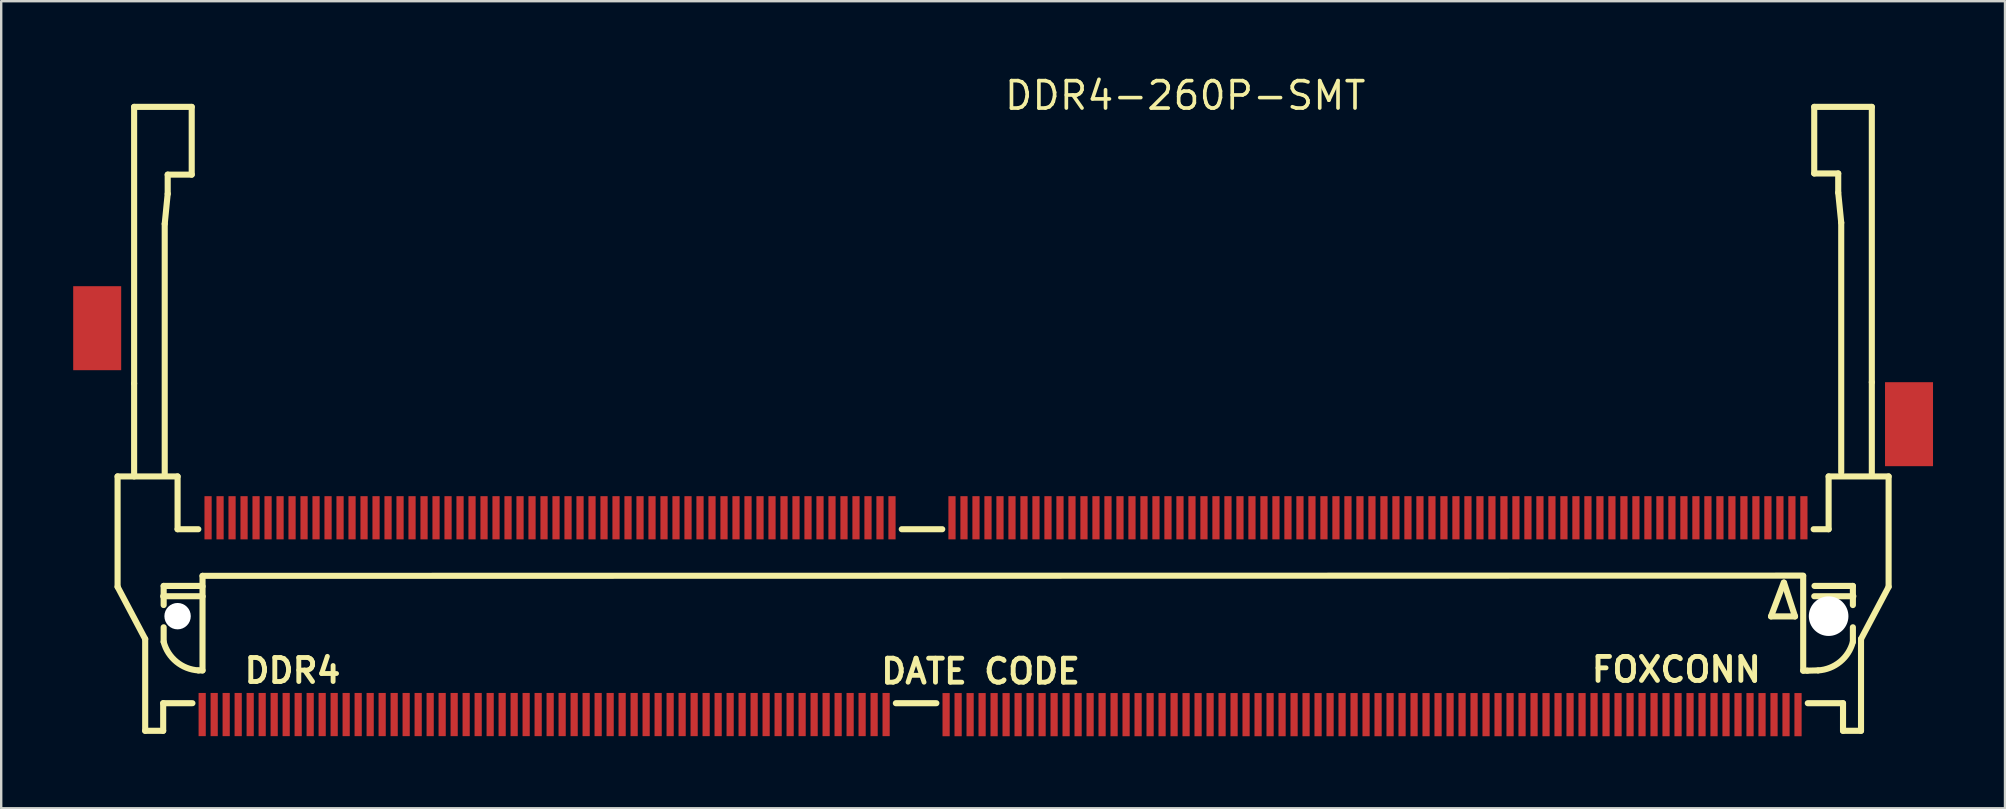
<source format=kicad_pcb>
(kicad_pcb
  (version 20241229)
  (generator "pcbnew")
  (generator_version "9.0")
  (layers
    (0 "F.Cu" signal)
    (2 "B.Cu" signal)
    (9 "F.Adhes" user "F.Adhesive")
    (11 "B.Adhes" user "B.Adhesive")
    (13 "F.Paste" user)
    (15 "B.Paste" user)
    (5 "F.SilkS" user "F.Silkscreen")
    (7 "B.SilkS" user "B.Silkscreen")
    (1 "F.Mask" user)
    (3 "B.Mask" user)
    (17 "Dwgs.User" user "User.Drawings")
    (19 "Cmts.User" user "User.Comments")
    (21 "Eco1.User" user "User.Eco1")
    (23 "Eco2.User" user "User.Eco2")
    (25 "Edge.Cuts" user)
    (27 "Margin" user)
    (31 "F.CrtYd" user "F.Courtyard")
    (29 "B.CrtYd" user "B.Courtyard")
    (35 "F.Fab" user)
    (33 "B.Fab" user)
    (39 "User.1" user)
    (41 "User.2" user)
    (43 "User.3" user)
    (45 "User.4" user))
  (footprint "DDR4-260P-SMT"
    (layer "F.Cu")
    (at 38.75 18.678)
    (property "Reference" "DDR4-260P-SMT" (at -0.023 -17.078 0) (unlocked yes) (layer "F.SilkS") (effects (font (size 1.143 1.143) (thickness 0.152)) (justify left bottom)))
    (fp_line (start -36.9 -1.875) (end -34.4 -1.875) (stroke (width 0.254) (type solid)) (layer "F.SilkS"))
    (fp_line (start -36.9 2.725) (end -36.9 -1.875) (stroke (width 0.254) (type solid)) (layer "F.SilkS"))
    (fp_line (start -36.9 2.725) (end -35.75 4.9) (stroke (width 0.254) (type solid)) (layer "F.SilkS"))
    (fp_line (start -36.211 -17.275) (end -33.811 -17.275) (stroke (width 0.254) (type solid)) (layer "F.SilkS"))
    (fp_line (start -36.211 -5.749) (end -36.211 -17.275) (stroke (width 0.254) (type solid)) (layer "F.SilkS"))
    (fp_line (start -36.211 -1.876) (end -36.211 -5.749) (stroke (width 0.254) (type solid)) (layer "F.SilkS"))
    (fp_line (start -35.75 8.725) (end -35.75 4.9) (stroke (width 0.254) (type solid)) (layer "F.SilkS"))
    (fp_line (start -35.75 8.725) (end -35 8.725) (stroke (width 0.254) (type solid)) (layer "F.SilkS"))
    (fp_line (start -35 3.118) (end -33.37 3.118) (stroke (width 0.254) (type solid)) (layer "F.SilkS"))
    (fp_line (start -35 7.575) (end -33.781 7.575) (stroke (width 0.254) (type solid)) (layer "F.SilkS"))
    (fp_line (start -35 8.725) (end -35 7.575) (stroke (width 0.254) (type solid)) (layer "F.SilkS"))
    (fp_line (start -34.98 2.688) (end -33.38 2.688) (stroke (width 0.254) (type solid)) (layer "F.SilkS"))
    (fp_line (start -34.98 3.485) (end -34.98 2.688) (stroke (width 0.254) (type solid)) (layer "F.SilkS"))
    (fp_line (start -34.98 5.018) (end -34.98 4.411) (stroke (width 0.254) (type solid)) (layer "F.SilkS"))
    (fp_line (start -34.936 -12.401) (end -34.812 -13.651) (stroke (width 0.254) (type solid)) (layer "F.SilkS"))
    (fp_line (start -34.936 -2) (end -34.936 -12.401) (stroke (width 0.254) (type solid)) (layer "F.SilkS"))
    (fp_line (start -34.812 -14.451) (end -33.811 -14.451) (stroke (width 0.254) (type solid)) (layer "F.SilkS"))
    (fp_line (start -34.812 -13.651) (end -34.812 -14.451) (stroke (width 0.254) (type solid)) (layer "F.SilkS"))
    (fp_line (start -34.4 0.325) (end -34.4 -1.875) (stroke (width 0.254) (type solid)) (layer "F.SilkS"))
    (fp_line (start -34.4 0.325) (end -33.536 0.325) (stroke (width 0.254) (type solid)) (layer "F.SilkS"))
    (fp_line (start -33.811 -14.451) (end -33.811 -17.275) (stroke (width 0.254) (type solid)) (layer "F.SilkS"))
    (fp_line (start -33.531 6.209) (end -33.361 6.209) (stroke (width 0.254) (type solid)) (layer "F.SilkS"))
    (fp_line (start -33.361 6.209) (end -33.36 2.268) (stroke (width 0.254) (type solid)) (layer "F.SilkS"))
    (fp_line (start -33.36 2.268) (end 33.34 2.258) (stroke (width 0.254) (type solid)) (layer "F.SilkS"))
    (fp_line (start -4.469 7.575) (end -2.781 7.575) (stroke (width 0.254) (type solid)) (layer "F.SilkS"))
    (fp_line (start -4.224 0.325) (end -2.536 0.325) (stroke (width 0.254) (type solid)) (layer "F.SilkS"))
    (fp_line (start 32 3.958) (end 32.53 2.548) (stroke (width 0.254) (type solid)) (layer "F.SilkS"))
    (fp_line (start 32 3.958) (end 33 3.958) (stroke (width 0.254) (type solid)) (layer "F.SilkS"))
    (fp_line (start 32.54 2.548) (end 33 3.958) (stroke (width 0.254) (type solid)) (layer "F.SilkS"))
    (fp_line (start 33.34 2.278) (end 33.341 6.219) (stroke (width 0.254) (type solid)) (layer "F.SilkS"))
    (fp_line (start 33.341 6.219) (end 33.511 6.219) (stroke (width 0.254) (type solid)) (layer "F.SilkS"))
    (fp_line (start 33.511 6.219) (end 33.961 6.208) (stroke (width 0.254) (type solid)) (layer "F.SilkS"))
    (fp_line (start 33.531 7.575) (end 35 7.575) (stroke (width 0.254) (type solid)) (layer "F.SilkS"))
    (fp_line (start 33.776 0.325) (end 34.4 0.325) (stroke (width 0.254) (type solid)) (layer "F.SilkS"))
    (fp_line (start 33.8 -17.275) (end 36.2 -17.275) (stroke (width 0.254) (type solid)) (layer "F.SilkS"))
    (fp_line (start 33.8 -14.5) (end 33.8 -17.275) (stroke (width 0.254) (type solid)) (layer "F.SilkS"))
    (fp_line (start 33.8 -14.5) (end 34.8 -14.5) (stroke (width 0.254) (type solid)) (layer "F.SilkS"))
    (fp_line (start 33.801 3.118) (end 35.431 3.118) (stroke (width 0.254) (type solid)) (layer "F.SilkS"))
    (fp_line (start 33.811 2.688) (end 35.411 2.688) (stroke (width 0.254) (type solid)) (layer "F.SilkS"))
    (fp_line (start 34.4 -1.875) (end 36.9 -1.875) (stroke (width 0.254) (type solid)) (layer "F.SilkS"))
    (fp_line (start 34.4 0.325) (end 34.4 -1.875) (stroke (width 0.254) (type solid)) (layer "F.SilkS"))
    (fp_line (start 34.8 -13.7) (end 34.8 -14.5) (stroke (width 0.254) (type solid)) (layer "F.SilkS"))
    (fp_line (start 34.8 -13.7) (end 34.925 -12.45) (stroke (width 0.254) (type solid)) (layer "F.SilkS"))
    (fp_line (start 34.925 -2.05) (end 34.925 -12.45) (stroke (width 0.254) (type solid)) (layer "F.SilkS"))
    (fp_line (start 35 8.725) (end 35 7.575) (stroke (width 0.254) (type solid)) (layer "F.SilkS"))
    (fp_line (start 35 8.725) (end 35.75 8.725) (stroke (width 0.254) (type solid)) (layer "F.SilkS"))
    (fp_line (start 35.411 3.486) (end 35.411 2.688) (stroke (width 0.254) (type solid)) (layer "F.SilkS"))
    (fp_line (start 35.411 5.019) (end 35.411 4.411) (stroke (width 0.254) (type solid)) (layer "F.SilkS"))
    (fp_line (start 35.75 4.9) (end 36.9 2.725) (stroke (width 0.254) (type solid)) (layer "F.SilkS"))
    (fp_line (start 35.75 8.725) (end 35.75 4.9) (stroke (width 0.254) (type solid)) (layer "F.SilkS"))
    (fp_line (start 36.2 -5.8) (end 36.2 -17.275) (stroke (width 0.254) (type solid)) (layer "F.SilkS"))
    (fp_line (start 36.2 -1.925) (end 36.2 -5.8) (stroke (width 0.254) (type solid)) (layer "F.SilkS"))
    (fp_line (start 36.9 2.725) (end 36.9 -1.875) (stroke (width 0.254) (type solid)) (layer "F.SilkS"))
    (fp_arc (start -33.529956 6.208037) (mid -34.448202 5.848507) (end -34.979966 5.018047) (stroke (width 0.254) (type solid)) (layer "F.SilkS"))
    (fp_arc (start -33.379943 2.688056) (mid -33.365808 2.693911) (end -33.359953 2.708046) (stroke (width 0.254) (type solid)) (layer "F.SilkS"))
    (fp_arc (start -33.369961 3.118053) (mid -33.362884 3.120984) (end -33.359953 3.128061) (stroke (width 0.254) (type solid)) (layer "F.SilkS"))
    (fp_arc (start 35.410724 5.018534) (mid 34.878906 5.848991) (end 33.960613 6.208471) (stroke (width 0.254) (type solid)) (layer "F.SilkS"))
    (fp_circle (center -34.4 3.948) (end -34.4 3.723) (stroke (width 0.45) (type solid)) (fill no) (layer "Eco1.User"))
    (fp_circle (center 34.4 3.948) (end 34.4 3.573) (stroke (width 0.75) (type solid)) (fill no) (layer "Eco1.User"))
    (fp_text user "DDR4" (at -31.72 6.804 0) (unlocked yes) (layer "F.SilkS") (effects (font (size 1 1) (thickness 0.203)) (justify left bottom)))
    (fp_text user "FOXCONN" (at 24.42 6.758 0) (unlocked yes) (layer "F.SilkS") (effects (font (size 1 1) (thickness 0.203)) (justify left bottom)))
    (fp_text user "DATE CODE" (at -5.19 6.832 0) (unlocked yes) (layer "F.SilkS") (effects (font (size 1 1) (thickness 0.203)) (justify left bottom)))
    (pad "" np_thru_hole circle (at -34.4 3.948) (size 1.1 1.1) (drill 1.1) (layers "*.Cu" "*.Mask"))
    (pad "" np_thru_hole circle (at 34.4 3.948) (size 1.65 1.65) (drill 1.65) (layers "*.Cu" "*.Mask"))
    (pad "1" smd rect (at 33.37 -0.152) (size 0.3 1.8) (layers "F.Cu" "F.Mask" "F.Paste"))
    (pad "2" smd rect (at 33.125 8.052) (size 0.3 1.8) (layers "F.Cu" "F.Mask" "F.Paste"))
    (pad "3" smd rect (at 32.87 -0.152) (size 0.3 1.8) (layers "F.Cu" "F.Mask" "F.Paste"))
    (pad "4" smd rect (at 32.625 8.052) (size 0.3 1.8) (layers "F.Cu" "F.Mask" "F.Paste"))
    (pad "5" smd rect (at 32.37 -0.152) (size 0.3 1.8) (layers "F.Cu" "F.Mask" "F.Paste"))
    (pad "6" smd rect (at 32.125 8.052) (size 0.3 1.8) (layers "F.Cu" "F.Mask" "F.Paste"))
    (pad "7" smd rect (at 31.87 -0.152) (size 0.3 1.8) (layers "F.Cu" "F.Mask" "F.Paste"))
    (pad "8" smd rect (at 31.625 8.052) (size 0.3 1.8) (layers "F.Cu" "F.Mask" "F.Paste"))
    (pad "9" smd rect (at 31.37 -0.152) (size 0.3 1.8) (layers "F.Cu" "F.Mask" "F.Paste"))
    (pad "10" smd rect (at 31.125 8.052) (size 0.3 1.8) (layers "F.Cu" "F.Mask" "F.Paste"))
    (pad "11" smd rect (at 30.87 -0.152) (size 0.3 1.8) (layers "F.Cu" "F.Mask" "F.Paste"))
    (pad "12" smd rect (at 30.625 8.052) (size 0.3 1.8) (layers "F.Cu" "F.Mask" "F.Paste"))
    (pad "13" smd rect (at 30.37 -0.152) (size 0.3 1.8) (layers "F.Cu" "F.Mask" "F.Paste"))
    (pad "14" smd rect (at 30.125 8.052) (size 0.3 1.8) (layers "F.Cu" "F.Mask" "F.Paste"))
    (pad "15" smd rect (at 29.87 -0.152) (size 0.3 1.8) (layers "F.Cu" "F.Mask" "F.Paste"))
    (pad "16" smd rect (at 29.625 8.052) (size 0.3 1.8) (layers "F.Cu" "F.Mask" "F.Paste"))
    (pad "17" smd rect (at 29.37 -0.152) (size 0.3 1.8) (layers "F.Cu" "F.Mask" "F.Paste"))
    (pad "18" smd rect (at 29.125 8.052) (size 0.3 1.8) (layers "F.Cu" "F.Mask" "F.Paste"))
    (pad "19" smd rect (at 28.87 -0.152) (size 0.3 1.8) (layers "F.Cu" "F.Mask" "F.Paste"))
    (pad "20" smd rect (at 28.625 8.052) (size 0.3 1.8) (layers "F.Cu" "F.Mask" "F.Paste"))
    (pad "21" smd rect (at 28.37 -0.152) (size 0.3 1.8) (layers "F.Cu" "F.Mask" "F.Paste"))
    (pad "22" smd rect (at 28.125 8.052) (size 0.3 1.8) (layers "F.Cu" "F.Mask" "F.Paste"))
    (pad "23" smd rect (at 27.87 -0.152) (size 0.3 1.8) (layers "F.Cu" "F.Mask" "F.Paste"))
    (pad "24" smd rect (at 27.625 8.052) (size 0.3 1.8) (layers "F.Cu" "F.Mask" "F.Paste"))
    (pad "25" smd rect (at 27.37 -0.152) (size 0.3 1.8) (layers "F.Cu" "F.Mask" "F.Paste"))
    (pad "26" smd rect (at 27.125 8.052) (size 0.3 1.8) (layers "F.Cu" "F.Mask" "F.Paste"))
    (pad "27" smd rect (at 26.87 -0.152) (size 0.3 1.8) (layers "F.Cu" "F.Mask" "F.Paste"))
    (pad "28" smd rect (at 26.625 8.052) (size 0.3 1.8) (layers "F.Cu" "F.Mask" "F.Paste"))
    (pad "29" smd rect (at 26.37 -0.152) (size 0.3 1.8) (layers "F.Cu" "F.Mask" "F.Paste"))
    (pad "30" smd rect (at 26.125 8.052) (size 0.3 1.8) (layers "F.Cu" "F.Mask" "F.Paste"))
    (pad "31" smd rect (at 25.87 -0.152) (size 0.3 1.8) (layers "F.Cu" "F.Mask" "F.Paste"))
    (pad "32" smd rect (at 25.625 8.052) (size 0.3 1.8) (layers "F.Cu" "F.Mask" "F.Paste"))
    (pad "33" smd rect (at 25.37 -0.152) (size 0.3 1.8) (layers "F.Cu" "F.Mask" "F.Paste"))
    (pad "34" smd rect (at 25.125 8.052) (size 0.3 1.8) (layers "F.Cu" "F.Mask" "F.Paste"))
    (pad "35" smd rect (at 24.87 -0.152) (size 0.3 1.8) (layers "F.Cu" "F.Mask" "F.Paste"))
    (pad "36" smd rect (at 24.625 8.052) (size 0.3 1.8) (layers "F.Cu" "F.Mask" "F.Paste"))
    (pad "37" smd rect (at 24.37 -0.152) (size 0.3 1.8) (layers "F.Cu" "F.Mask" "F.Paste"))
    (pad "38" smd rect (at 24.125 8.052) (size 0.3 1.8) (layers "F.Cu" "F.Mask" "F.Paste"))
    (pad "39" smd rect (at 23.87 -0.152) (size 0.3 1.8) (layers "F.Cu" "F.Mask" "F.Paste"))
    (pad "40" smd rect (at 23.625 8.052) (size 0.3 1.8) (layers "F.Cu" "F.Mask" "F.Paste"))
    (pad "41" smd rect (at 23.37 -0.152) (size 0.3 1.8) (layers "F.Cu" "F.Mask" "F.Paste"))
    (pad "42" smd rect (at 23.125 8.052) (size 0.3 1.8) (layers "F.Cu" "F.Mask" "F.Paste"))
    (pad "43" smd rect (at 22.87 -0.152) (size 0.3 1.8) (layers "F.Cu" "F.Mask" "F.Paste"))
    (pad "44" smd rect (at 22.625 8.052) (size 0.3 1.8) (layers "F.Cu" "F.Mask" "F.Paste"))
    (pad "45" smd rect (at 22.37 -0.152) (size 0.3 1.8) (layers "F.Cu" "F.Mask" "F.Paste"))
    (pad "46" smd rect (at 22.125 8.052) (size 0.3 1.8) (layers "F.Cu" "F.Mask" "F.Paste"))
    (pad "47" smd rect (at 21.87 -0.152) (size 0.3 1.8) (layers "F.Cu" "F.Mask" "F.Paste"))
    (pad "48" smd rect (at 21.625 8.052) (size 0.3 1.8) (layers "F.Cu" "F.Mask" "F.Paste"))
    (pad "49" smd rect (at 21.37 -0.152) (size 0.3 1.8) (layers "F.Cu" "F.Mask" "F.Paste"))
    (pad "50" smd rect (at 21.125 8.052) (size 0.3 1.8) (layers "F.Cu" "F.Mask" "F.Paste"))
    (pad "51" smd rect (at 20.87 -0.152) (size 0.3 1.8) (layers "F.Cu" "F.Mask" "F.Paste"))
    (pad "52" smd rect (at 20.625 8.052) (size 0.3 1.8) (layers "F.Cu" "F.Mask" "F.Paste"))
    (pad "53" smd rect (at 20.37 -0.152) (size 0.3 1.8) (layers "F.Cu" "F.Mask" "F.Paste"))
    (pad "54" smd rect (at 20.125 8.052) (size 0.3 1.8) (layers "F.Cu" "F.Mask" "F.Paste"))
    (pad "55" smd rect (at 19.87 -0.152) (size 0.3 1.8) (layers "F.Cu" "F.Mask" "F.Paste"))
    (pad "56" smd rect (at 19.625 8.052) (size 0.3 1.8) (layers "F.Cu" "F.Mask" "F.Paste"))
    (pad "57" smd rect (at 19.37 -0.152) (size 0.3 1.8) (layers "F.Cu" "F.Mask" "F.Paste"))
    (pad "58" smd rect (at 19.125 8.052) (size 0.3 1.8) (layers "F.Cu" "F.Mask" "F.Paste"))
    (pad "59" smd rect (at 18.87 -0.152) (size 0.3 1.8) (layers "F.Cu" "F.Mask" "F.Paste"))
    (pad "60" smd rect (at 18.625 8.052) (size 0.3 1.8) (layers "F.Cu" "F.Mask" "F.Paste"))
    (pad "61" smd rect (at 18.37 -0.152) (size 0.3 1.8) (layers "F.Cu" "F.Mask" "F.Paste"))
    (pad "62" smd rect (at 18.125 8.052) (size 0.3 1.8) (layers "F.Cu" "F.Mask" "F.Paste"))
    (pad "63" smd rect (at 17.87 -0.152) (size 0.3 1.8) (layers "F.Cu" "F.Mask" "F.Paste"))
    (pad "64" smd rect (at 17.625 8.052) (size 0.3 1.8) (layers "F.Cu" "F.Mask" "F.Paste"))
    (pad "65" smd rect (at 17.37 -0.152) (size 0.3 1.8) (layers "F.Cu" "F.Mask" "F.Paste"))
    (pad "66" smd rect (at 17.125 8.052) (size 0.3 1.8) (layers "F.Cu" "F.Mask" "F.Paste"))
    (pad "67" smd rect (at 16.87 -0.152) (size 0.3 1.8) (layers "F.Cu" "F.Mask" "F.Paste"))
    (pad "68" smd rect (at 16.625 8.052) (size 0.3 1.8) (layers "F.Cu" "F.Mask" "F.Paste"))
    (pad "69" smd rect (at 16.37 -0.152) (size 0.3 1.8) (layers "F.Cu" "F.Mask" "F.Paste"))
    (pad "70" smd rect (at 16.125 8.052) (size 0.3 1.8) (layers "F.Cu" "F.Mask" "F.Paste"))
    (pad "71" smd rect (at 15.87 -0.152) (size 0.3 1.8) (layers "F.Cu" "F.Mask" "F.Paste"))
    (pad "72" smd rect (at 15.625 8.052) (size 0.3 1.8) (layers "F.Cu" "F.Mask" "F.Paste"))
    (pad "73" smd rect (at 15.37 -0.152) (size 0.3 1.8) (layers "F.Cu" "F.Mask" "F.Paste"))
    (pad "74" smd rect (at 15.125 8.052) (size 0.3 1.8) (layers "F.Cu" "F.Mask" "F.Paste"))
    (pad "75" smd rect (at 14.87 -0.152) (size 0.3 1.8) (layers "F.Cu" "F.Mask" "F.Paste"))
    (pad "76" smd rect (at 14.625 8.052) (size 0.3 1.8) (layers "F.Cu" "F.Mask" "F.Paste"))
    (pad "77" smd rect (at 14.37 -0.152) (size 0.3 1.8) (layers "F.Cu" "F.Mask" "F.Paste"))
    (pad "78" smd rect (at 14.125 8.052) (size 0.3 1.8) (layers "F.Cu" "F.Mask" "F.Paste"))
    (pad "79" smd rect (at 13.87 -0.152) (size 0.3 1.8) (layers "F.Cu" "F.Mask" "F.Paste"))
    (pad "80" smd rect (at 13.625 8.052) (size 0.3 1.8) (layers "F.Cu" "F.Mask" "F.Paste"))
    (pad "81" smd rect (at 13.37 -0.152) (size 0.3 1.8) (layers "F.Cu" "F.Mask" "F.Paste"))
    (pad "82" smd rect (at 13.125 8.052) (size 0.3 1.8) (layers "F.Cu" "F.Mask" "F.Paste"))
    (pad "83" smd rect (at 12.87 -0.152) (size 0.3 1.8) (layers "F.Cu" "F.Mask" "F.Paste"))
    (pad "84" smd rect (at 12.625 8.052) (size 0.3 1.8) (layers "F.Cu" "F.Mask" "F.Paste"))
    (pad "85" smd rect (at 12.37 -0.152) (size 0.3 1.8) (layers "F.Cu" "F.Mask" "F.Paste"))
    (pad "86" smd rect (at 12.125 8.052) (size 0.3 1.8) (layers "F.Cu" "F.Mask" "F.Paste"))
    (pad "87" smd rect (at 11.87 -0.152) (size 0.3 1.8) (layers "F.Cu" "F.Mask" "F.Paste"))
    (pad "88" smd rect (at 11.625 8.052) (size 0.3 1.8) (layers "F.Cu" "F.Mask" "F.Paste"))
    (pad "89" smd rect (at 11.37 -0.152) (size 0.3 1.8) (layers "F.Cu" "F.Mask" "F.Paste"))
    (pad "90" smd rect (at 11.125 8.052) (size 0.3 1.8) (layers "F.Cu" "F.Mask" "F.Paste"))
    (pad "91" smd rect (at 10.87 -0.152) (size 0.3 1.8) (layers "F.Cu" "F.Mask" "F.Paste"))
    (pad "92" smd rect (at 10.625 8.052) (size 0.3 1.8) (layers "F.Cu" "F.Mask" "F.Paste"))
    (pad "93" smd rect (at 10.37 -0.152) (size 0.3 1.8) (layers "F.Cu" "F.Mask" "F.Paste"))
    (pad "94" smd rect (at 10.125 8.052) (size 0.3 1.8) (layers "F.Cu" "F.Mask" "F.Paste"))
    (pad "95" smd rect (at 9.87 -0.152) (size 0.3 1.8) (layers "F.Cu" "F.Mask" "F.Paste"))
    (pad "96" smd rect (at 9.625 8.052) (size 0.3 1.8) (layers "F.Cu" "F.Mask" "F.Paste"))
    (pad "97" smd rect (at 9.37 -0.152) (size 0.3 1.8) (layers "F.Cu" "F.Mask" "F.Paste"))
    (pad "98" smd rect (at 9.125 8.052) (size 0.3 1.8) (layers "F.Cu" "F.Mask" "F.Paste"))
    (pad "99" smd rect (at 8.87 -0.152) (size 0.3 1.8) (layers "F.Cu" "F.Mask" "F.Paste"))
    (pad "100" smd rect (at 8.625 8.052) (size 0.3 1.8) (layers "F.Cu" "F.Mask" "F.Paste"))
    (pad "101" smd rect (at 8.37 -0.152) (size 0.3 1.8) (layers "F.Cu" "F.Mask" "F.Paste"))
    (pad "102" smd rect (at 8.125 8.052) (size 0.3 1.8) (layers "F.Cu" "F.Mask" "F.Paste"))
    (pad "103" smd rect (at 7.87 -0.152) (size 0.3 1.8) (layers "F.Cu" "F.Mask" "F.Paste"))
    (pad "104" smd rect (at 7.625 8.052) (size 0.3 1.8) (layers "F.Cu" "F.Mask" "F.Paste"))
    (pad "105" smd rect (at 7.37 -0.152) (size 0.3 1.8) (layers "F.Cu" "F.Mask" "F.Paste"))
    (pad "106" smd rect (at 7.125 8.052) (size 0.3 1.8) (layers "F.Cu" "F.Mask" "F.Paste"))
    (pad "107" smd rect (at 6.87 -0.152) (size 0.3 1.8) (layers "F.Cu" "F.Mask" "F.Paste"))
    (pad "108" smd rect (at 6.625 8.052) (size 0.3 1.8) (layers "F.Cu" "F.Mask" "F.Paste"))
    (pad "109" smd rect (at 6.37 -0.152) (size 0.3 1.8) (layers "F.Cu" "F.Mask" "F.Paste"))
    (pad "110" smd rect (at 6.125 8.052) (size 0.3 1.8) (layers "F.Cu" "F.Mask" "F.Paste"))
    (pad "111" smd rect (at 5.87 -0.152) (size 0.3 1.8) (layers "F.Cu" "F.Mask" "F.Paste"))
    (pad "112" smd rect (at 5.625 8.052) (size 0.3 1.8) (layers "F.Cu" "F.Mask" "F.Paste"))
    (pad "113" smd rect (at 5.37 -0.152) (size 0.3 1.8) (layers "F.Cu" "F.Mask" "F.Paste"))
    (pad "114" smd rect (at 5.125 8.052) (size 0.3 1.8) (layers "F.Cu" "F.Mask" "F.Paste"))
    (pad "115" smd rect (at 4.87 -0.152) (size 0.3 1.8) (layers "F.Cu" "F.Mask" "F.Paste"))
    (pad "116" smd rect (at 4.625 8.052) (size 0.3 1.8) (layers "F.Cu" "F.Mask" "F.Paste"))
    (pad "117" smd rect (at 4.37 -0.152) (size 0.3 1.8) (layers "F.Cu" "F.Mask" "F.Paste"))
    (pad "118" smd rect (at 4.125 8.052) (size 0.3 1.8) (layers "F.Cu" "F.Mask" "F.Paste"))
    (pad "119" smd rect (at 3.87 -0.152) (size 0.3 1.8) (layers "F.Cu" "F.Mask" "F.Paste"))
    (pad "120" smd rect (at 3.625 8.052) (size 0.3 1.8) (layers "F.Cu" "F.Mask" "F.Paste"))
    (pad "121" smd rect (at 3.37 -0.152) (size 0.3 1.8) (layers "F.Cu" "F.Mask" "F.Paste"))
    (pad "122" smd rect (at 3.125 8.052) (size 0.3 1.8) (layers "F.Cu" "F.Mask" "F.Paste"))
    (pad "123" smd rect (at 2.87 -0.152) (size 0.3 1.8) (layers "F.Cu" "F.Mask" "F.Paste"))
    (pad "124" smd rect (at 2.625 8.052) (size 0.3 1.8) (layers "F.Cu" "F.Mask" "F.Paste"))
    (pad "125" smd rect (at 2.37 -0.152) (size 0.3 1.8) (layers "F.Cu" "F.Mask" "F.Paste"))
    (pad "126" smd rect (at 2.125 8.052) (size 0.3 1.8) (layers "F.Cu" "F.Mask" "F.Paste"))
    (pad "127" smd rect (at 1.87 -0.152) (size 0.3 1.8) (layers "F.Cu" "F.Mask" "F.Paste"))
    (pad "128" smd rect (at 1.625 8.052) (size 0.3 1.8) (layers "F.Cu" "F.Mask" "F.Paste"))
    (pad "129" smd rect (at 1.37 -0.152) (size 0.3 1.8) (layers "F.Cu" "F.Mask" "F.Paste"))
    (pad "130" smd rect (at 1.125 8.052) (size 0.3 1.8) (layers "F.Cu" "F.Mask" "F.Paste"))
    (pad "131" smd rect (at 0.87 -0.152) (size 0.3 1.8) (layers "F.Cu" "F.Mask" "F.Paste"))
    (pad "132" smd rect (at 0.625 8.052) (size 0.3 1.8) (layers "F.Cu" "F.Mask" "F.Paste"))
    (pad "133" smd rect (at 0.37 -0.152) (size 0.3 1.8) (layers "F.Cu" "F.Mask" "F.Paste"))
    (pad "134" smd rect (at 0.125 8.052) (size 0.3 1.8) (layers "F.Cu" "F.Mask" "F.Paste"))
    (pad "135" smd rect (at -0.13 -0.152) (size 0.3 1.8) (layers "F.Cu" "F.Mask" "F.Paste"))
    (pad "136" smd rect (at -0.375 8.052) (size 0.3 1.8) (layers "F.Cu" "F.Mask" "F.Paste"))
    (pad "137" smd rect (at -0.63 -0.152) (size 0.3 1.8) (layers "F.Cu" "F.Mask" "F.Paste"))
    (pad "138" smd rect (at -0.875 8.052) (size 0.3 1.8) (layers "F.Cu" "F.Mask" "F.Paste"))
    (pad "139" smd rect (at -1.13 -0.152) (size 0.3 1.8) (layers "F.Cu" "F.Mask" "F.Paste"))
    (pad "140" smd rect (at -1.375 8.052) (size 0.3 1.8) (layers "F.Cu" "F.Mask" "F.Paste"))
    (pad "141" smd rect (at -1.63 -0.152) (size 0.3 1.8) (layers "F.Cu" "F.Mask" "F.Paste"))
    (pad "142" smd rect (at -1.875 8.052) (size 0.3 1.8) (layers "F.Cu" "F.Mask" "F.Paste"))
    (pad "143" smd rect (at -2.13 -0.152) (size 0.3 1.8) (layers "F.Cu" "F.Mask" "F.Paste"))
    (pad "144" smd rect (at -2.375 8.052) (size 0.3 1.8) (layers "F.Cu" "F.Mask" "F.Paste"))
    (pad "145" smd rect (at -4.63 -0.152) (size 0.3 1.8) (layers "F.Cu" "F.Mask" "F.Paste"))
    (pad "146" smd rect (at -4.875 8.048) (size 0.3 1.8) (layers "F.Cu" "F.Mask" "F.Paste"))
    (pad "147" smd rect (at -5.13 -0.152) (size 0.3 1.8) (layers "F.Cu" "F.Mask" "F.Paste"))
    (pad "148" smd rect (at -5.375 8.048) (size 0.3 1.8) (layers "F.Cu" "F.Mask" "F.Paste"))
    (pad "149" smd rect (at -5.63 -0.152) (size 0.3 1.8) (layers "F.Cu" "F.Mask" "F.Paste"))
    (pad "150" smd rect (at -5.875 8.048) (size 0.3 1.8) (layers "F.Cu" "F.Mask" "F.Paste"))
    (pad "151" smd rect (at -6.13 -0.152) (size 0.3 1.8) (layers "F.Cu" "F.Mask" "F.Paste"))
    (pad "152" smd rect (at -6.375 8.048) (size 0.3 1.8) (layers "F.Cu" "F.Mask" "F.Paste"))
    (pad "153" smd rect (at -6.63 -0.152) (size 0.3 1.8) (layers "F.Cu" "F.Mask" "F.Paste"))
    (pad "154" smd rect (at -6.875 8.048) (size 0.3 1.8) (layers "F.Cu" "F.Mask" "F.Paste"))
    (pad "155" smd rect (at -7.13 -0.152) (size 0.3 1.8) (layers "F.Cu" "F.Mask" "F.Paste"))
    (pad "156" smd rect (at -7.375 8.048) (size 0.3 1.8) (layers "F.Cu" "F.Mask" "F.Paste"))
    (pad "157" smd rect (at -7.63 -0.152) (size 0.3 1.8) (layers "F.Cu" "F.Mask" "F.Paste"))
    (pad "158" smd rect (at -7.875 8.048) (size 0.3 1.8) (layers "F.Cu" "F.Mask" "F.Paste"))
    (pad "159" smd rect (at -8.13 -0.152) (size 0.3 1.8) (layers "F.Cu" "F.Mask" "F.Paste"))
    (pad "160" smd rect (at -8.375 8.048) (size 0.3 1.8) (layers "F.Cu" "F.Mask" "F.Paste"))
    (pad "161" smd rect (at -8.63 -0.152) (size 0.3 1.8) (layers "F.Cu" "F.Mask" "F.Paste"))
    (pad "162" smd rect (at -8.875 8.048) (size 0.3 1.8) (layers "F.Cu" "F.Mask" "F.Paste"))
    (pad "163" smd rect (at -9.13 -0.152) (size 0.3 1.8) (layers "F.Cu" "F.Mask" "F.Paste"))
    (pad "164" smd rect (at -9.375 8.048) (size 0.3 1.8) (layers "F.Cu" "F.Mask" "F.Paste"))
    (pad "165" smd rect (at -9.63 -0.152) (size 0.3 1.8) (layers "F.Cu" "F.Mask" "F.Paste"))
    (pad "166" smd rect (at -9.875 8.048) (size 0.3 1.8) (layers "F.Cu" "F.Mask" "F.Paste"))
    (pad "167" smd rect (at -10.13 -0.152) (size 0.3 1.8) (layers "F.Cu" "F.Mask" "F.Paste"))
    (pad "168" smd rect (at -10.375 8.048) (size 0.3 1.8) (layers "F.Cu" "F.Mask" "F.Paste"))
    (pad "169" smd rect (at -10.63 -0.152) (size 0.3 1.8) (layers "F.Cu" "F.Mask" "F.Paste"))
    (pad "170" smd rect (at -10.875 8.048) (size 0.3 1.8) (layers "F.Cu" "F.Mask" "F.Paste"))
    (pad "171" smd rect (at -11.13 -0.152) (size 0.3 1.8) (layers "F.Cu" "F.Mask" "F.Paste"))
    (pad "172" smd rect (at -11.375 8.048) (size 0.3 1.8) (layers "F.Cu" "F.Mask" "F.Paste"))
    (pad "173" smd rect (at -11.63 -0.152) (size 0.3 1.8) (layers "F.Cu" "F.Mask" "F.Paste"))
    (pad "174" smd rect (at -11.875 8.048) (size 0.3 1.8) (layers "F.Cu" "F.Mask" "F.Paste"))
    (pad "175" smd rect (at -12.13 -0.152) (size 0.3 1.8) (layers "F.Cu" "F.Mask" "F.Paste"))
    (pad "176" smd rect (at -12.375 8.048) (size 0.3 1.8) (layers "F.Cu" "F.Mask" "F.Paste"))
    (pad "177" smd rect (at -12.63 -0.152) (size 0.3 1.8) (layers "F.Cu" "F.Mask" "F.Paste"))
    (pad "178" smd rect (at -12.875 8.048) (size 0.3 1.8) (layers "F.Cu" "F.Mask" "F.Paste"))
    (pad "179" smd rect (at -13.13 -0.152) (size 0.3 1.8) (layers "F.Cu" "F.Mask" "F.Paste"))
    (pad "180" smd rect (at -13.375 8.048) (size 0.3 1.8) (layers "F.Cu" "F.Mask" "F.Paste"))
    (pad "181" smd rect (at -13.63 -0.152) (size 0.3 1.8) (layers "F.Cu" "F.Mask" "F.Paste"))
    (pad "182" smd rect (at -13.875 8.048) (size 0.3 1.8) (layers "F.Cu" "F.Mask" "F.Paste"))
    (pad "183" smd rect (at -14.13 -0.152) (size 0.3 1.8) (layers "F.Cu" "F.Mask" "F.Paste"))
    (pad "184" smd rect (at -14.375 8.048) (size 0.3 1.8) (layers "F.Cu" "F.Mask" "F.Paste"))
    (pad "185" smd rect (at -14.63 -0.152) (size 0.3 1.8) (layers "F.Cu" "F.Mask" "F.Paste"))
    (pad "186" smd rect (at -14.875 8.048) (size 0.3 1.8) (layers "F.Cu" "F.Mask" "F.Paste"))
    (pad "187" smd rect (at -15.13 -0.152) (size 0.3 1.8) (layers "F.Cu" "F.Mask" "F.Paste"))
    (pad "188" smd rect (at -15.375 8.048) (size 0.3 1.8) (layers "F.Cu" "F.Mask" "F.Paste"))
    (pad "189" smd rect (at -15.63 -0.152) (size 0.3 1.8) (layers "F.Cu" "F.Mask" "F.Paste"))
    (pad "190" smd rect (at -15.875 8.048) (size 0.3 1.8) (layers "F.Cu" "F.Mask" "F.Paste"))
    (pad "191" smd rect (at -16.13 -0.152) (size 0.3 1.8) (layers "F.Cu" "F.Mask" "F.Paste"))
    (pad "192" smd rect (at -16.375 8.048) (size 0.3 1.8) (layers "F.Cu" "F.Mask" "F.Paste"))
    (pad "193" smd rect (at -16.63 -0.152) (size 0.3 1.8) (layers "F.Cu" "F.Mask" "F.Paste"))
    (pad "194" smd rect (at -16.875 8.048) (size 0.3 1.8) (layers "F.Cu" "F.Mask" "F.Paste"))
    (pad "195" smd rect (at -17.13 -0.152) (size 0.3 1.8) (layers "F.Cu" "F.Mask" "F.Paste"))
    (pad "196" smd rect (at -17.375 8.048) (size 0.3 1.8) (layers "F.Cu" "F.Mask" "F.Paste"))
    (pad "197" smd rect (at -17.63 -0.152) (size 0.3 1.8) (layers "F.Cu" "F.Mask" "F.Paste"))
    (pad "198" smd rect (at -17.875 8.048) (size 0.3 1.8) (layers "F.Cu" "F.Mask" "F.Paste"))
    (pad "199" smd rect (at -18.13 -0.152) (size 0.3 1.8) (layers "F.Cu" "F.Mask" "F.Paste"))
    (pad "200" smd rect (at -18.375 8.048) (size 0.3 1.8) (layers "F.Cu" "F.Mask" "F.Paste"))
    (pad "201" smd rect (at -18.63 -0.152) (size 0.3 1.8) (layers "F.Cu" "F.Mask" "F.Paste"))
    (pad "202" smd rect (at -18.875 8.048) (size 0.3 1.8) (layers "F.Cu" "F.Mask" "F.Paste"))
    (pad "203" smd rect (at -19.13 -0.152) (size 0.3 1.8) (layers "F.Cu" "F.Mask" "F.Paste"))
    (pad "204" smd rect (at -19.375 8.048) (size 0.3 1.8) (layers "F.Cu" "F.Mask" "F.Paste"))
    (pad "205" smd rect (at -19.63 -0.152) (size 0.3 1.8) (layers "F.Cu" "F.Mask" "F.Paste"))
    (pad "206" smd rect (at -19.875 8.048) (size 0.3 1.8) (layers "F.Cu" "F.Mask" "F.Paste"))
    (pad "207" smd rect (at -20.13 -0.152) (size 0.3 1.8) (layers "F.Cu" "F.Mask" "F.Paste"))
    (pad "208" smd rect (at -20.375 8.048) (size 0.3 1.8) (layers "F.Cu" "F.Mask" "F.Paste"))
    (pad "209" smd rect (at -20.63 -0.152) (size 0.3 1.8) (layers "F.Cu" "F.Mask" "F.Paste"))
    (pad "210" smd rect (at -20.875 8.048) (size 0.3 1.8) (layers "F.Cu" "F.Mask" "F.Paste"))
    (pad "211" smd rect (at -21.13 -0.152) (size 0.3 1.8) (layers "F.Cu" "F.Mask" "F.Paste"))
    (pad "212" smd rect (at -21.375 8.048) (size 0.3 1.8) (layers "F.Cu" "F.Mask" "F.Paste"))
    (pad "213" smd rect (at -21.63 -0.152) (size 0.3 1.8) (layers "F.Cu" "F.Mask" "F.Paste"))
    (pad "214" smd rect (at -21.875 8.048) (size 0.3 1.8) (layers "F.Cu" "F.Mask" "F.Paste"))
    (pad "215" smd rect (at -22.13 -0.152) (size 0.3 1.8) (layers "F.Cu" "F.Mask" "F.Paste"))
    (pad "216" smd rect (at -22.375 8.048) (size 0.3 1.8) (layers "F.Cu" "F.Mask" "F.Paste"))
    (pad "217" smd rect (at -22.63 -0.152) (size 0.3 1.8) (layers "F.Cu" "F.Mask" "F.Paste"))
    (pad "218" smd rect (at -22.875 8.048) (size 0.3 1.8) (layers "F.Cu" "F.Mask" "F.Paste"))
    (pad "219" smd rect (at -23.13 -0.152) (size 0.3 1.8) (layers "F.Cu" "F.Mask" "F.Paste"))
    (pad "220" smd rect (at -23.375 8.048) (size 0.3 1.8) (layers "F.Cu" "F.Mask" "F.Paste"))
    (pad "221" smd rect (at -23.63 -0.152) (size 0.3 1.8) (layers "F.Cu" "F.Mask" "F.Paste"))
    (pad "222" smd rect (at -23.875 8.048) (size 0.3 1.8) (layers "F.Cu" "F.Mask" "F.Paste"))
    (pad "223" smd rect (at -24.13 -0.152) (size 0.3 1.8) (layers "F.Cu" "F.Mask" "F.Paste"))
    (pad "224" smd rect (at -24.375 8.048) (size 0.3 1.8) (layers "F.Cu" "F.Mask" "F.Paste"))
    (pad "225" smd rect (at -24.63 -0.152) (size 0.3 1.8) (layers "F.Cu" "F.Mask" "F.Paste"))
    (pad "226" smd rect (at -24.875 8.048) (size 0.3 1.8) (layers "F.Cu" "F.Mask" "F.Paste"))
    (pad "227" smd rect (at -25.13 -0.152) (size 0.3 1.8) (layers "F.Cu" "F.Mask" "F.Paste"))
    (pad "228" smd rect (at -25.375 8.048) (size 0.3 1.8) (layers "F.Cu" "F.Mask" "F.Paste"))
    (pad "229" smd rect (at -25.63 -0.152) (size 0.3 1.8) (layers "F.Cu" "F.Mask" "F.Paste"))
    (pad "230" smd rect (at -25.875 8.048) (size 0.3 1.8) (layers "F.Cu" "F.Mask" "F.Paste"))
    (pad "231" smd rect (at -26.13 -0.152) (size 0.3 1.8) (layers "F.Cu" "F.Mask" "F.Paste"))
    (pad "232" smd rect (at -26.375 8.048) (size 0.3 1.8) (layers "F.Cu" "F.Mask" "F.Paste"))
    (pad "233" smd rect (at -26.63 -0.152) (size 0.3 1.8) (layers "F.Cu" "F.Mask" "F.Paste"))
    (pad "234" smd rect (at -26.875 8.048) (size 0.3 1.8) (layers "F.Cu" "F.Mask" "F.Paste"))
    (pad "235" smd rect (at -27.13 -0.152) (size 0.3 1.8) (layers "F.Cu" "F.Mask" "F.Paste"))
    (pad "236" smd rect (at -27.375 8.048) (size 0.3 1.8) (layers "F.Cu" "F.Mask" "F.Paste"))
    (pad "237" smd rect (at -27.63 -0.152) (size 0.3 1.8) (layers "F.Cu" "F.Mask" "F.Paste"))
    (pad "238" smd rect (at -27.875 8.048) (size 0.3 1.8) (layers "F.Cu" "F.Mask" "F.Paste"))
    (pad "239" smd rect (at -28.13 -0.152) (size 0.3 1.8) (layers "F.Cu" "F.Mask" "F.Paste"))
    (pad "240" smd rect (at -28.375 8.048) (size 0.3 1.8) (layers "F.Cu" "F.Mask" "F.Paste"))
    (pad "241" smd rect (at -28.63 -0.152) (size 0.3 1.8) (layers "F.Cu" "F.Mask" "F.Paste"))
    (pad "242" smd rect (at -28.875 8.048) (size 0.3 1.8) (layers "F.Cu" "F.Mask" "F.Paste"))
    (pad "243" smd rect (at -29.13 -0.152) (size 0.3 1.8) (layers "F.Cu" "F.Mask" "F.Paste"))
    (pad "244" smd rect (at -29.375 8.048) (size 0.3 1.8) (layers "F.Cu" "F.Mask" "F.Paste"))
    (pad "245" smd rect (at -29.63 -0.152) (size 0.3 1.8) (layers "F.Cu" "F.Mask" "F.Paste"))
    (pad "246" smd rect (at -29.875 8.048) (size 0.3 1.8) (layers "F.Cu" "F.Mask" "F.Paste"))
    (pad "247" smd rect (at -30.13 -0.152) (size 0.3 1.8) (layers "F.Cu" "F.Mask" "F.Paste"))
    (pad "248" smd rect (at -30.375 8.048) (size 0.3 1.8) (layers "F.Cu" "F.Mask" "F.Paste"))
    (pad "249" smd rect (at -30.63 -0.152) (size 0.3 1.8) (layers "F.Cu" "F.Mask" "F.Paste"))
    (pad "250" smd rect (at -30.875 8.048) (size 0.3 1.8) (layers "F.Cu" "F.Mask" "F.Paste"))
    (pad "251" smd rect (at -31.13 -0.152) (size 0.3 1.8) (layers "F.Cu" "F.Mask" "F.Paste"))
    (pad "252" smd rect (at -31.375 8.048) (size 0.3 1.8) (layers "F.Cu" "F.Mask" "F.Paste"))
    (pad "253" smd rect (at -31.63 -0.152) (size 0.3 1.8) (layers "F.Cu" "F.Mask" "F.Paste"))
    (pad "254" smd rect (at -31.875 8.048) (size 0.3 1.8) (layers "F.Cu" "F.Mask" "F.Paste"))
    (pad "255" smd rect (at -32.13 -0.152) (size 0.3 1.8) (layers "F.Cu" "F.Mask" "F.Paste"))
    (pad "256" smd rect (at -32.375 8.048) (size 0.3 1.8) (layers "F.Cu" "F.Mask" "F.Paste"))
    (pad "257" smd rect (at -32.63 -0.152) (size 0.3 1.8) (layers "F.Cu" "F.Mask" "F.Paste"))
    (pad "258" smd rect (at -32.875 8.048) (size 0.3 1.8) (layers "F.Cu" "F.Mask" "F.Paste"))
    (pad "259" smd rect (at -33.13 -0.152) (size 0.3 1.8) (layers "F.Cu" "F.Mask" "F.Paste"))
    (pad "260" smd rect (at -33.375 8.048) (size 0.3 1.8) (layers "F.Cu" "F.Mask" "F.Paste"))
    (pad "261" smd rect (at -37.75 -8.052) (size 2 3.5) (layers "F.Cu" "F.Mask" "F.Paste"))
    (pad "262" smd rect (at 37.75 -4.052) (size 2 3.5) (layers "F.Cu" "F.Mask" "F.Paste")))
  (gr_rect
    (start -3 -3)
    (end 80.5 30.63)
    (stroke (width 0.1) (type default))
    (fill no)
    (layer "Edge.Cuts")))
</source>
